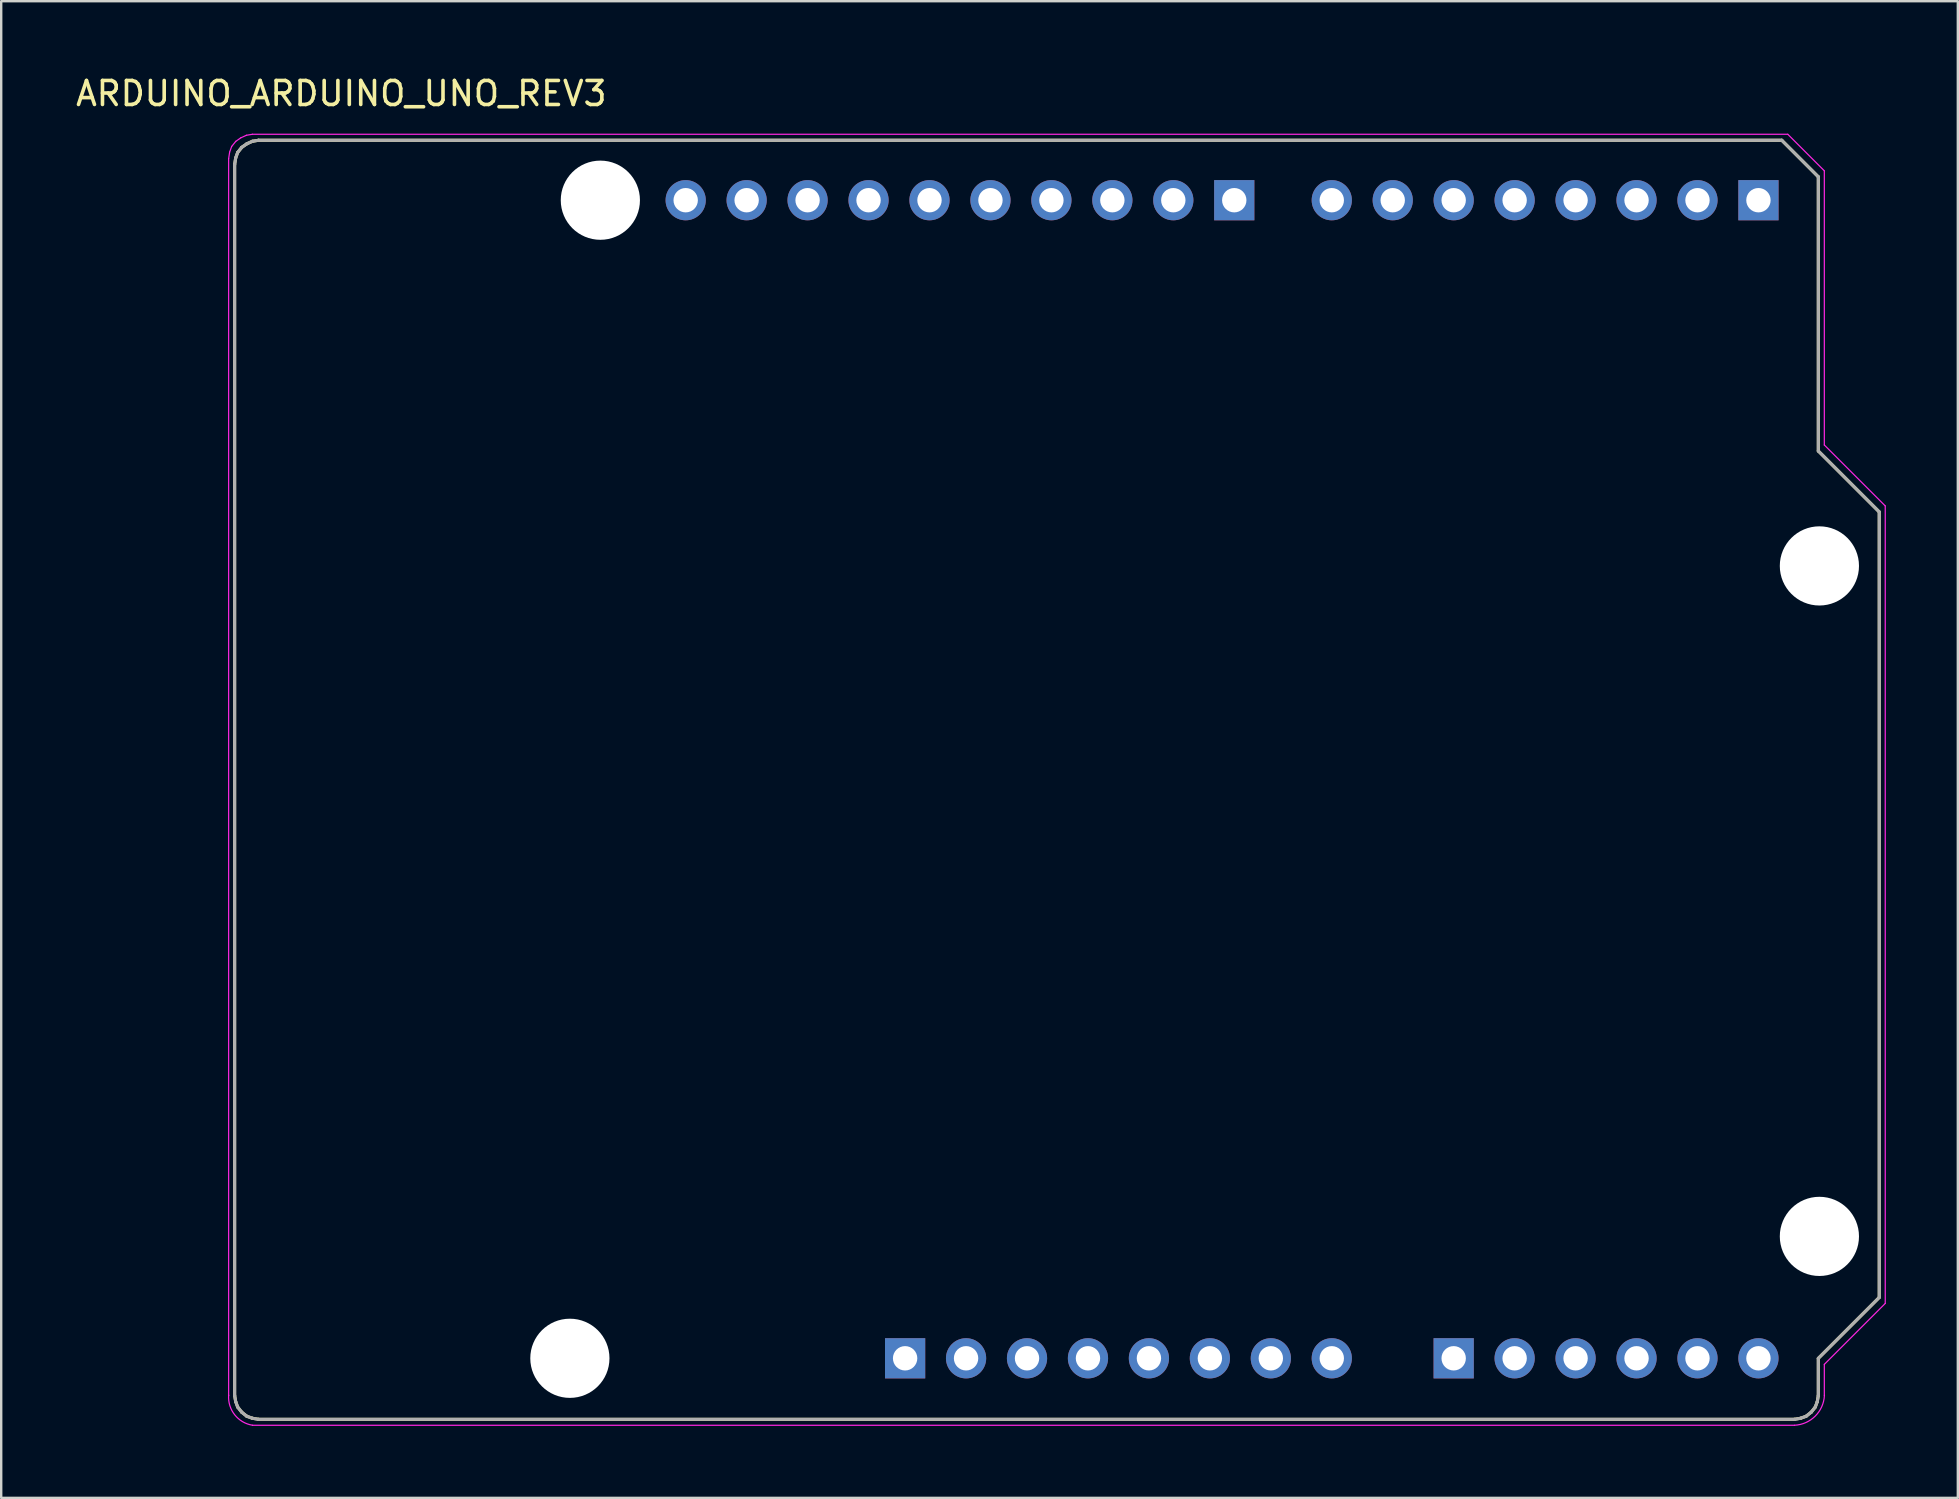
<source format=kicad_pcb>
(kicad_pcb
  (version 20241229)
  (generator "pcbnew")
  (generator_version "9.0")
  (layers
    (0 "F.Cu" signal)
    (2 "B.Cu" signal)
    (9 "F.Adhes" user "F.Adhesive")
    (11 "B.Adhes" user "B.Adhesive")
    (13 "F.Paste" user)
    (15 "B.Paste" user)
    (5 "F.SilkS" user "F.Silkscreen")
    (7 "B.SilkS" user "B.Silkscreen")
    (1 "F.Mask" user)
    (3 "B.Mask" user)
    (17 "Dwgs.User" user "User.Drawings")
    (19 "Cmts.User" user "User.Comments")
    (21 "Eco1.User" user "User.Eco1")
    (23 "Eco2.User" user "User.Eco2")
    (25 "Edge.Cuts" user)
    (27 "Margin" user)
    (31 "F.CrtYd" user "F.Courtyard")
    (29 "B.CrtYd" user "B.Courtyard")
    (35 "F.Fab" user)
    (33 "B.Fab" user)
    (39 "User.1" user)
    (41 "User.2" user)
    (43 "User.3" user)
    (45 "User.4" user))
  (footprint "ARDUINO_ARDUINO_UNO_REV3"
    (layer "F.Cu")
    (at 40.995 29.444)
    (property "Reference" "ARDUINO_ARDUINO_UNO_REV3" (at -29.822 -28.596 0) (layer "F.SilkS") (effects (font (size 1 1) (thickness 0.15))))
    (attr through_hole)
    (fp_line (start -34.267 -25.634) (end -34.225 -25.909) (stroke (width 0.127) (type solid)) (layer "F.SilkS"))
    (fp_line (start -34.267 25.656) (end -34.267 -25.634) (stroke (width 0.127) (type solid)) (layer "F.SilkS"))
    (fp_line (start -34.225 -25.909) (end -34.14 -26.142) (stroke (width 0.127) (type solid)) (layer "F.SilkS"))
    (fp_line (start -34.225 25.91) (end -34.267 25.656) (stroke (width 0.127) (type solid)) (layer "F.SilkS"))
    (fp_line (start -34.14 -26.142) (end -33.971 -26.353) (stroke (width 0.127) (type solid)) (layer "F.SilkS"))
    (fp_line (start -34.14 26.143) (end -34.225 25.91) (stroke (width 0.127) (type solid)) (layer "F.SilkS"))
    (fp_line (start -33.971 -26.353) (end -33.76 -26.501) (stroke (width 0.127) (type solid)) (layer "F.SilkS"))
    (fp_line (start -33.971 26.355) (end -34.14 26.143) (stroke (width 0.127) (type solid)) (layer "F.SilkS"))
    (fp_line (start -33.76 -26.501) (end -33.527 -26.607) (stroke (width 0.127) (type solid)) (layer "F.SilkS"))
    (fp_line (start -33.76 26.524) (end -33.971 26.355) (stroke (width 0.127) (type solid)) (layer "F.SilkS"))
    (fp_line (start -33.527 -26.607) (end -33.273 -26.649) (stroke (width 0.127) (type solid)) (layer "F.SilkS"))
    (fp_line (start -33.527 26.608) (end -33.76 26.524) (stroke (width 0.127) (type solid)) (layer "F.SilkS"))
    (fp_line (start -33.273 -26.649) (end 30.205 -26.649) (stroke (width 0.127) (type solid)) (layer "F.SilkS"))
    (fp_line (start -33.273 26.651) (end -33.527 26.608) (stroke (width 0.127) (type solid)) (layer "F.SilkS"))
    (fp_line (start 30.205 -26.649) (end 31.728 -25.126) (stroke (width 0.127) (type solid)) (layer "F.SilkS"))
    (fp_line (start 30.734 26.651) (end -33.273 26.651) (stroke (width 0.127) (type solid)) (layer "F.SilkS"))
    (fp_line (start 30.988 26.608) (end 30.734 26.651) (stroke (width 0.127) (type solid)) (layer "F.SilkS"))
    (fp_line (start 31.22 26.524) (end 30.988 26.608) (stroke (width 0.127) (type solid)) (layer "F.SilkS"))
    (fp_line (start 31.432 26.355) (end 31.22 26.524) (stroke (width 0.127) (type solid)) (layer "F.SilkS"))
    (fp_line (start 31.601 26.143) (end 31.432 26.355) (stroke (width 0.127) (type solid)) (layer "F.SilkS"))
    (fp_line (start 31.686 25.91) (end 31.601 26.143) (stroke (width 0.127) (type solid)) (layer "F.SilkS"))
    (fp_line (start 31.728 -25.126) (end 31.728 -13.7) (stroke (width 0.127) (type solid)) (layer "F.SilkS"))
    (fp_line (start 31.728 -13.7) (end 34.267 -11.161) (stroke (width 0.127) (type solid)) (layer "F.SilkS"))
    (fp_line (start 31.728 24.112) (end 31.728 25.656) (stroke (width 0.127) (type solid)) (layer "F.SilkS"))
    (fp_line (start 31.728 25.656) (end 31.686 25.91) (stroke (width 0.127) (type solid)) (layer "F.SilkS"))
    (fp_line (start 34.267 -11.161) (end 34.267 21.573) (stroke (width 0.127) (type solid)) (layer "F.SilkS"))
    (fp_line (start 34.267 21.573) (end 31.728 24.112) (stroke (width 0.127) (type solid)) (layer "F.SilkS"))
    (fp_line (start -34.517 -25.884) (end -34.475 -26.159) (stroke (width 0.05) (type solid)) (layer "F.CrtYd"))
    (fp_line (start -34.517 25.649) (end -34.517 -25.884) (stroke (width 0.05) (type solid)) (layer "F.CrtYd"))
    (fp_line (start -34.517 25.656) (end -34.517 25.649) (stroke (width 0.05) (type solid)) (layer "F.CrtYd"))
    (fp_line (start -34.475 -26.159) (end -34.39 -26.392) (stroke (width 0.05) (type solid)) (layer "F.CrtYd"))
    (fp_line (start -34.39 -26.392) (end -34.221 -26.603) (stroke (width 0.05) (type solid)) (layer "F.CrtYd"))
    (fp_line (start -34.221 -26.603) (end -34.01 -26.751) (stroke (width 0.05) (type solid)) (layer "F.CrtYd"))
    (fp_line (start -34.01 -26.751) (end -33.777 -26.857) (stroke (width 0.05) (type solid)) (layer "F.CrtYd"))
    (fp_line (start -33.777 -26.857) (end -33.523 -26.899) (stroke (width 0.05) (type solid)) (layer "F.CrtYd"))
    (fp_line (start -33.523 -26.899) (end 30.455 -26.899) (stroke (width 0.05) (type solid)) (layer "F.CrtYd"))
    (fp_line (start 30.455 -26.899) (end 31.978 -25.376) (stroke (width 0.05) (type solid)) (layer "F.CrtYd"))
    (fp_line (start 30.734 26.901) (end -33.523 26.901) (stroke (width 0.05) (type solid)) (layer "F.CrtYd"))
    (fp_line (start 31.978 -25.376) (end 31.978 -13.95) (stroke (width 0.05) (type solid)) (layer "F.CrtYd"))
    (fp_line (start 31.978 -13.95) (end 34.517 -11.411) (stroke (width 0.05) (type solid)) (layer "F.CrtYd"))
    (fp_line (start 31.978 24.362) (end 31.978 25.656) (stroke (width 0.05) (type solid)) (layer "F.CrtYd"))
    (fp_line (start 34.517 -11.411) (end 34.517 21.823) (stroke (width 0.05) (type solid)) (layer "F.CrtYd"))
    (fp_line (start 34.517 21.823) (end 31.978 24.362) (stroke (width 0.05) (type solid)) (layer "F.CrtYd"))
    (fp_arc (start -33.5173 26.8993) (mid -34.260349 26.468739) (end -34.5173 25.6493) (stroke (width 0.05) (type solid)) (layer "F.CrtYd"))
    (fp_arc (start 31.9827 25.6493) (mid 31.600749 26.517349) (end 30.7327 26.8993) (stroke (width 0.05) (type solid)) (layer "F.CrtYd"))
    (fp_line (start -34.267 -25.634) (end -34.225 -25.909) (stroke (width 0.127) (type solid)) (layer "F.Fab"))
    (fp_line (start -34.267 25.656) (end -34.267 -25.634) (stroke (width 0.127) (type solid)) (layer "F.Fab"))
    (fp_line (start -34.225 -25.909) (end -34.14 -26.142) (stroke (width 0.127) (type solid)) (layer "F.Fab"))
    (fp_line (start -34.225 25.91) (end -34.267 25.656) (stroke (width 0.127) (type solid)) (layer "F.Fab"))
    (fp_line (start -34.14 -26.142) (end -33.971 -26.353) (stroke (width 0.127) (type solid)) (layer "F.Fab"))
    (fp_line (start -34.14 26.143) (end -34.225 25.91) (stroke (width 0.127) (type solid)) (layer "F.Fab"))
    (fp_line (start -33.971 -26.353) (end -33.76 -26.501) (stroke (width 0.127) (type solid)) (layer "F.Fab"))
    (fp_line (start -33.971 26.355) (end -34.14 26.143) (stroke (width 0.127) (type solid)) (layer "F.Fab"))
    (fp_line (start -33.76 -26.501) (end -33.527 -26.607) (stroke (width 0.127) (type solid)) (layer "F.Fab"))
    (fp_line (start -33.76 26.524) (end -33.971 26.355) (stroke (width 0.127) (type solid)) (layer "F.Fab"))
    (fp_line (start -33.527 -26.607) (end -33.273 -26.649) (stroke (width 0.127) (type solid)) (layer "F.Fab"))
    (fp_line (start -33.527 26.608) (end -33.76 26.524) (stroke (width 0.127) (type solid)) (layer "F.Fab"))
    (fp_line (start -33.273 -26.649) (end 30.205 -26.649) (stroke (width 0.127) (type solid)) (layer "F.Fab"))
    (fp_line (start -33.273 26.651) (end -33.527 26.608) (stroke (width 0.127) (type solid)) (layer "F.Fab"))
    (fp_line (start 30.205 -26.649) (end 31.728 -25.126) (stroke (width 0.127) (type solid)) (layer "F.Fab"))
    (fp_line (start 30.734 26.651) (end -33.273 26.651) (stroke (width 0.127) (type solid)) (layer "F.Fab"))
    (fp_line (start 30.988 26.608) (end 30.734 26.651) (stroke (width 0.127) (type solid)) (layer "F.Fab"))
    (fp_line (start 31.22 26.524) (end 30.988 26.608) (stroke (width 0.127) (type solid)) (layer "F.Fab"))
    (fp_line (start 31.432 26.355) (end 31.22 26.524) (stroke (width 0.127) (type solid)) (layer "F.Fab"))
    (fp_line (start 31.601 26.143) (end 31.432 26.355) (stroke (width 0.127) (type solid)) (layer "F.Fab"))
    (fp_line (start 31.686 25.91) (end 31.601 26.143) (stroke (width 0.127) (type solid)) (layer "F.Fab"))
    (fp_line (start 31.728 -25.126) (end 31.728 -13.7) (stroke (width 0.127) (type solid)) (layer "F.Fab"))
    (fp_line (start 31.728 -13.7) (end 34.267 -11.161) (stroke (width 0.127) (type solid)) (layer "F.Fab"))
    (fp_line (start 31.728 24.112) (end 31.728 25.656) (stroke (width 0.127) (type solid)) (layer "F.Fab"))
    (fp_line (start 31.728 25.656) (end 31.686 25.91) (stroke (width 0.127) (type solid)) (layer "F.Fab"))
    (fp_line (start 34.267 -11.161) (end 34.267 21.573) (stroke (width 0.127) (type solid)) (layer "F.Fab"))
    (fp_line (start 34.267 21.573) (end 31.728 24.112) (stroke (width 0.127) (type solid)) (layer "F.Fab"))
    (pad "" np_thru_hole circle (at -20.297 24.109) (size 3.3 3.3) (drill 3.3) (layers "*.Cu" "*.Mask"))
    (pad "" np_thru_hole circle (at -19.027 -24.151) (size 3.3 3.3) (drill 3.3) (layers "*.Cu" "*.Mask"))
    (pad "" np_thru_hole circle (at 31.773 -8.911) (size 3.3 3.3) (drill 3.3) (layers "*.Cu" "*.Mask"))
    (pad "" np_thru_hole circle (at 31.773 19.029) (size 3.3 3.3) (drill 3.3) (layers "*.Cu" "*.Mask"))
    (pad "3V3" thru_hole circle (at 1.293 24.109) (size 1.676 1.676) (drill 1.016) (layers "*.Cu" "*.Mask"))
    (pad "5V" thru_hole circle (at 3.833 24.109) (size 1.676 1.676) (drill 1.016) (layers "*.Cu" "*.Mask"))
    (pad "A0" thru_hole rect (at 16.533 24.109) (size 1.676 1.676) (drill 1.016) (layers "*.Cu" "*.Mask"))
    (pad "A1" thru_hole circle (at 19.073 24.109) (size 1.676 1.676) (drill 1.016) (layers "*.Cu" "*.Mask"))
    (pad "A2" thru_hole circle (at 21.613 24.109) (size 1.676 1.676) (drill 1.016) (layers "*.Cu" "*.Mask"))
    (pad "A3" thru_hole circle (at 24.153 24.109) (size 1.676 1.676) (drill 1.016) (layers "*.Cu" "*.Mask"))
    (pad "A4" thru_hole circle (at 26.693 24.109) (size 1.676 1.676) (drill 1.016) (layers "*.Cu" "*.Mask"))
    (pad "A4_SDA" thru_hole circle (at -12.931 -24.151) (size 1.676 1.676) (drill 1.016) (layers "*.Cu" "*.Mask"))
    (pad "A5" thru_hole circle (at 29.233 24.109) (size 1.676 1.676) (drill 1.016) (layers "*.Cu" "*.Mask"))
    (pad "A5_SCL" thru_hole circle (at -15.471 -24.151) (size 1.676 1.676) (drill 1.016) (layers "*.Cu" "*.Mask"))
    (pad "AREF" thru_hole circle (at -10.391 -24.151) (size 1.676 1.676) (drill 1.016) (layers "*.Cu" "*.Mask"))
    (pad "D0" thru_hole rect (at 29.233 -24.151) (size 1.676 1.676) (drill 1.016) (layers "*.Cu" "*.Mask"))
    (pad "D1" thru_hole circle (at 26.693 -24.151) (size 1.676 1.676) (drill 1.016) (layers "*.Cu" "*.Mask"))
    (pad "D2" thru_hole circle (at 24.153 -24.151) (size 1.676 1.676) (drill 1.016) (layers "*.Cu" "*.Mask"))
    (pad "D3" thru_hole circle (at 21.613 -24.151) (size 1.676 1.676) (drill 1.016) (layers "*.Cu" "*.Mask"))
    (pad "D4" thru_hole circle (at 19.073 -24.151) (size 1.676 1.676) (drill 1.016) (layers "*.Cu" "*.Mask"))
    (pad "D5" thru_hole circle (at 16.533 -24.151) (size 1.676 1.676) (drill 1.016) (layers "*.Cu" "*.Mask"))
    (pad "D6" thru_hole circle (at 13.993 -24.151) (size 1.676 1.676) (drill 1.016) (layers "*.Cu" "*.Mask"))
    (pad "D7" thru_hole circle (at 11.453 -24.151) (size 1.676 1.676) (drill 1.016) (layers "*.Cu" "*.Mask"))
    (pad "D8" thru_hole rect (at 7.389 -24.151) (size 1.676 1.676) (drill 1.016) (layers "*.Cu" "*.Mask"))
    (pad "D9" thru_hole circle (at 4.849 -24.151) (size 1.676 1.676) (drill 1.016) (layers "*.Cu" "*.Mask"))
    (pad "D10" thru_hole circle (at 2.309 -24.151) (size 1.676 1.676) (drill 1.016) (layers "*.Cu" "*.Mask"))
    (pad "D11" thru_hole circle (at -0.231 -24.151) (size 1.676 1.676) (drill 1.016) (layers "*.Cu" "*.Mask"))
    (pad "D12" thru_hole circle (at -2.771 -24.151) (size 1.676 1.676) (drill 1.016) (layers "*.Cu" "*.Mask"))
    (pad "D13" thru_hole circle (at -5.311 -24.151) (size 1.676 1.676) (drill 1.016) (layers "*.Cu" "*.Mask"))
    (pad "GND_1" thru_hole circle (at 8.913 24.109) (size 1.676 1.676) (drill 1.016) (layers "*.Cu" "*.Mask"))
    (pad "GND_2" thru_hole circle (at 6.373 24.109) (size 1.676 1.676) (drill 1.016) (layers "*.Cu" "*.Mask"))
    (pad "GND_3" thru_hole circle (at -7.851 -24.151) (size 1.676 1.676) (drill 1.016) (layers "*.Cu" "*.Mask"))
    (pad "IOREF" thru_hole circle (at -3.787 24.109) (size 1.676 1.676) (drill 1.016) (layers "*.Cu" "*.Mask"))
    (pad "P1" thru_hole rect (at -6.327 24.109) (size 1.676 1.676) (drill 1.016) (layers "*.Cu" "*.Mask"))
    (pad "RST" thru_hole circle (at -1.247 24.109) (size 1.676 1.676) (drill 1.016) (layers "*.Cu" "*.Mask"))
    (pad "VIN" thru_hole circle (at 11.453 24.109) (size 1.676 1.676) (drill 1.016) (layers "*.Cu" "*.Mask")))
  (gr_rect
    (start -3 -3)
    (end 78.537 59.37)
    (stroke (width 0.1) (type default))
    (fill no)
    (layer "Edge.Cuts")))
</source>
